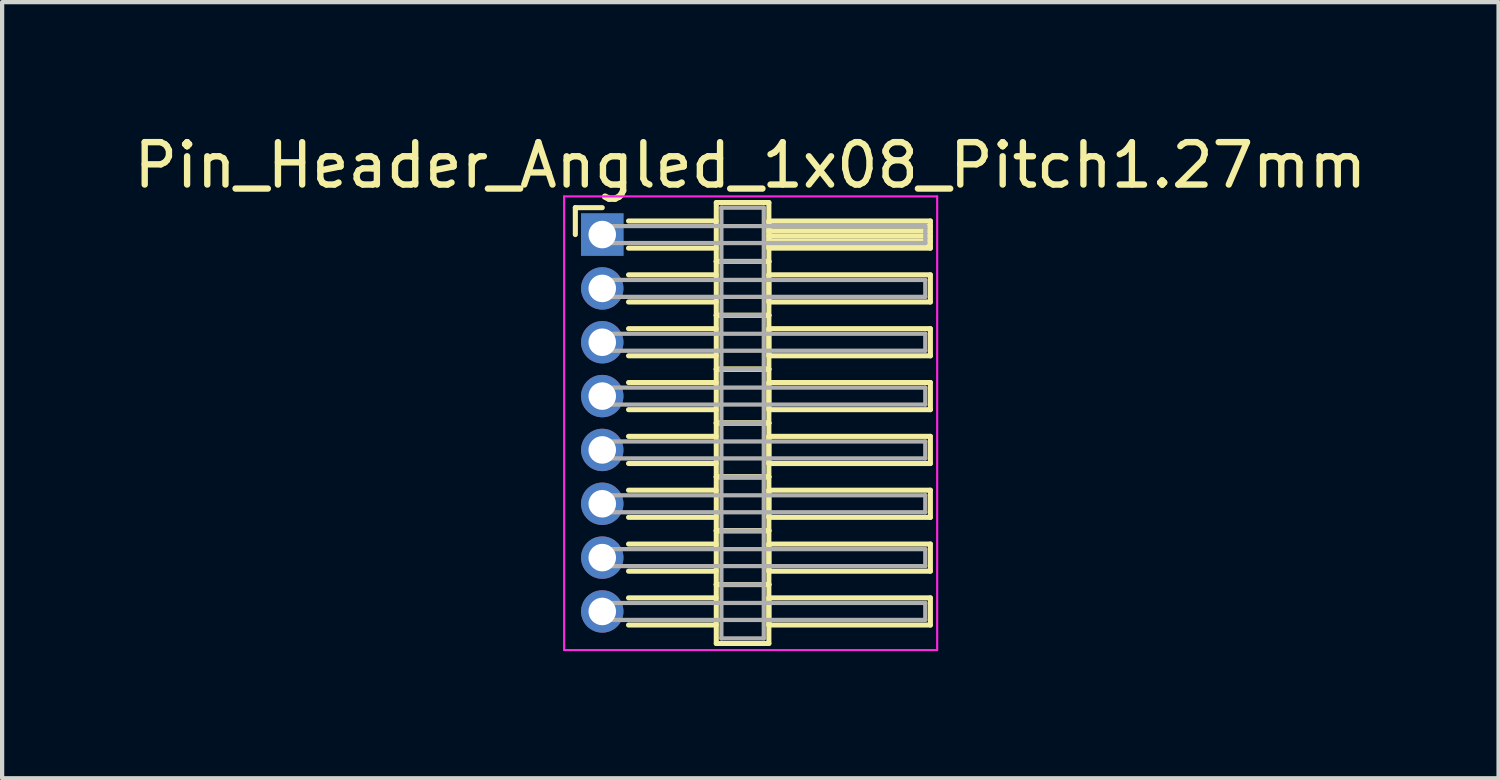
<source format=kicad_pcb>
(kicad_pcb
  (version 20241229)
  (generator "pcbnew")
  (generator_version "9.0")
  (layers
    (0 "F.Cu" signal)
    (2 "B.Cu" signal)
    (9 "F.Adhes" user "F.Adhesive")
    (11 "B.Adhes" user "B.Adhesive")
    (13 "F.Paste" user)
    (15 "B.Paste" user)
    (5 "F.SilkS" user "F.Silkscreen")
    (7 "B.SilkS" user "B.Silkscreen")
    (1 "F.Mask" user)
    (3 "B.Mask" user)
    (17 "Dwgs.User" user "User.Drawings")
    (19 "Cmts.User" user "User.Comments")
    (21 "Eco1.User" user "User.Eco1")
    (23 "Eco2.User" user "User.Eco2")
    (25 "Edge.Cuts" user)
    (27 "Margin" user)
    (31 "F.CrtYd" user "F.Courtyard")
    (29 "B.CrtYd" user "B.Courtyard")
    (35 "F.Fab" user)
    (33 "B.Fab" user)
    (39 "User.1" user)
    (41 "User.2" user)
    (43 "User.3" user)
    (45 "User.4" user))
  (footprint "Pin_Header_Angled_1x08_Pitch1.27mm"
    (layer "F.Cu")
    (at 11.156 2.483)
    (property "Reference" "Pin_Header_Angled_1x08_Pitch1.27mm" (at 3.493 -1.635 0) (layer "F.SilkS") (effects (font (size 1 1) (thickness 0.15))))
    (attr through_hole)
    (fp_line (start -0.635 -0.635) (end 0 -0.635) (stroke (width 0.12) (type solid)) (layer "F.SilkS"))
    (fp_line (start -0.635 0) (end -0.635 -0.635) (stroke (width 0.12) (type solid)) (layer "F.SilkS"))
    (fp_line (start 0.62 -0.32) (end 2.69 -0.32) (stroke (width 0.12) (type solid)) (layer "F.SilkS"))
    (fp_line (start 0.62 0.32) (end 2.69 0.32) (stroke (width 0.12) (type solid)) (layer "F.SilkS"))
    (fp_line (start 0.62 0.95) (end 2.69 0.95) (stroke (width 0.12) (type solid)) (layer "F.SilkS"))
    (fp_line (start 0.62 1.59) (end 2.69 1.59) (stroke (width 0.12) (type solid)) (layer "F.SilkS"))
    (fp_line (start 0.62 2.22) (end 2.69 2.22) (stroke (width 0.12) (type solid)) (layer "F.SilkS"))
    (fp_line (start 0.62 2.86) (end 2.69 2.86) (stroke (width 0.12) (type solid)) (layer "F.SilkS"))
    (fp_line (start 0.62 3.49) (end 2.69 3.49) (stroke (width 0.12) (type solid)) (layer "F.SilkS"))
    (fp_line (start 0.62 4.13) (end 2.69 4.13) (stroke (width 0.12) (type solid)) (layer "F.SilkS"))
    (fp_line (start 0.62 4.76) (end 2.69 4.76) (stroke (width 0.12) (type solid)) (layer "F.SilkS"))
    (fp_line (start 0.62 5.4) (end 2.69 5.4) (stroke (width 0.12) (type solid)) (layer "F.SilkS"))
    (fp_line (start 0.62 6.03) (end 2.69 6.03) (stroke (width 0.12) (type solid)) (layer "F.SilkS"))
    (fp_line (start 0.62 6.67) (end 2.69 6.67) (stroke (width 0.12) (type solid)) (layer "F.SilkS"))
    (fp_line (start 0.62 7.3) (end 2.69 7.3) (stroke (width 0.12) (type solid)) (layer "F.SilkS"))
    (fp_line (start 0.62 7.94) (end 2.69 7.94) (stroke (width 0.12) (type solid)) (layer "F.SilkS"))
    (fp_line (start 0.62 8.57) (end 2.69 8.57) (stroke (width 0.12) (type solid)) (layer "F.SilkS"))
    (fp_line (start 0.62 9.21) (end 2.69 9.21) (stroke (width 0.12) (type solid)) (layer "F.SilkS"))
    (fp_line (start 2.69 -0.755) (end 2.69 0.635) (stroke (width 0.12) (type solid)) (layer "F.SilkS"))
    (fp_line (start 2.69 0.635) (end 2.69 1.905) (stroke (width 0.12) (type solid)) (layer "F.SilkS"))
    (fp_line (start 2.69 0.635) (end 3.93 0.635) (stroke (width 0.12) (type solid)) (layer "F.SilkS"))
    (fp_line (start 2.69 1.905) (end 2.69 3.175) (stroke (width 0.12) (type solid)) (layer "F.SilkS"))
    (fp_line (start 2.69 1.905) (end 3.93 1.905) (stroke (width 0.12) (type solid)) (layer "F.SilkS"))
    (fp_line (start 2.69 3.175) (end 2.69 4.445) (stroke (width 0.12) (type solid)) (layer "F.SilkS"))
    (fp_line (start 2.69 3.175) (end 3.93 3.175) (stroke (width 0.12) (type solid)) (layer "F.SilkS"))
    (fp_line (start 2.69 4.445) (end 2.69 5.715) (stroke (width 0.12) (type solid)) (layer "F.SilkS"))
    (fp_line (start 2.69 4.445) (end 3.93 4.445) (stroke (width 0.12) (type solid)) (layer "F.SilkS"))
    (fp_line (start 2.69 5.715) (end 2.69 6.985) (stroke (width 0.12) (type solid)) (layer "F.SilkS"))
    (fp_line (start 2.69 5.715) (end 3.93 5.715) (stroke (width 0.12) (type solid)) (layer "F.SilkS"))
    (fp_line (start 2.69 6.985) (end 2.69 8.255) (stroke (width 0.12) (type solid)) (layer "F.SilkS"))
    (fp_line (start 2.69 6.985) (end 3.93 6.985) (stroke (width 0.12) (type solid)) (layer "F.SilkS"))
    (fp_line (start 2.69 8.255) (end 2.69 9.645) (stroke (width 0.12) (type solid)) (layer "F.SilkS"))
    (fp_line (start 2.69 8.255) (end 3.93 8.255) (stroke (width 0.12) (type solid)) (layer "F.SilkS"))
    (fp_line (start 2.69 9.645) (end 3.93 9.645) (stroke (width 0.12) (type solid)) (layer "F.SilkS"))
    (fp_line (start 3.93 -0.755) (end 2.69 -0.755) (stroke (width 0.12) (type solid)) (layer "F.SilkS"))
    (fp_line (start 3.93 -0.32) (end 3.93 0.32) (stroke (width 0.12) (type solid)) (layer "F.SilkS"))
    (fp_line (start 3.93 -0.2) (end 7.74 -0.2) (stroke (width 0.12) (type solid)) (layer "F.SilkS"))
    (fp_line (start 3.93 -0.08) (end 7.74 -0.08) (stroke (width 0.12) (type solid)) (layer "F.SilkS"))
    (fp_line (start 3.93 0.04) (end 7.74 0.04) (stroke (width 0.12) (type solid)) (layer "F.SilkS"))
    (fp_line (start 3.93 0.16) (end 7.74 0.16) (stroke (width 0.12) (type solid)) (layer "F.SilkS"))
    (fp_line (start 3.93 0.28) (end 7.74 0.28) (stroke (width 0.12) (type solid)) (layer "F.SilkS"))
    (fp_line (start 3.93 0.32) (end 7.74 0.32) (stroke (width 0.12) (type solid)) (layer "F.SilkS"))
    (fp_line (start 3.93 0.635) (end 2.69 0.635) (stroke (width 0.12) (type solid)) (layer "F.SilkS"))
    (fp_line (start 3.93 0.635) (end 3.93 -0.755) (stroke (width 0.12) (type solid)) (layer "F.SilkS"))
    (fp_line (start 3.93 0.95) (end 3.93 1.59) (stroke (width 0.12) (type solid)) (layer "F.SilkS"))
    (fp_line (start 3.93 1.59) (end 7.74 1.59) (stroke (width 0.12) (type solid)) (layer "F.SilkS"))
    (fp_line (start 3.93 1.905) (end 2.69 1.905) (stroke (width 0.12) (type solid)) (layer "F.SilkS"))
    (fp_line (start 3.93 1.905) (end 3.93 0.635) (stroke (width 0.12) (type solid)) (layer "F.SilkS"))
    (fp_line (start 3.93 2.22) (end 3.93 2.86) (stroke (width 0.12) (type solid)) (layer "F.SilkS"))
    (fp_line (start 3.93 2.86) (end 7.74 2.86) (stroke (width 0.12) (type solid)) (layer "F.SilkS"))
    (fp_line (start 3.93 3.175) (end 2.69 3.175) (stroke (width 0.12) (type solid)) (layer "F.SilkS"))
    (fp_line (start 3.93 3.175) (end 3.93 1.905) (stroke (width 0.12) (type solid)) (layer "F.SilkS"))
    (fp_line (start 3.93 3.49) (end 3.93 4.13) (stroke (width 0.12) (type solid)) (layer "F.SilkS"))
    (fp_line (start 3.93 4.13) (end 7.74 4.13) (stroke (width 0.12) (type solid)) (layer "F.SilkS"))
    (fp_line (start 3.93 4.445) (end 2.69 4.445) (stroke (width 0.12) (type solid)) (layer "F.SilkS"))
    (fp_line (start 3.93 4.445) (end 3.93 3.175) (stroke (width 0.12) (type solid)) (layer "F.SilkS"))
    (fp_line (start 3.93 4.76) (end 3.93 5.4) (stroke (width 0.12) (type solid)) (layer "F.SilkS"))
    (fp_line (start 3.93 5.4) (end 7.74 5.4) (stroke (width 0.12) (type solid)) (layer "F.SilkS"))
    (fp_line (start 3.93 5.715) (end 2.69 5.715) (stroke (width 0.12) (type solid)) (layer "F.SilkS"))
    (fp_line (start 3.93 5.715) (end 3.93 4.445) (stroke (width 0.12) (type solid)) (layer "F.SilkS"))
    (fp_line (start 3.93 6.03) (end 3.93 6.67) (stroke (width 0.12) (type solid)) (layer "F.SilkS"))
    (fp_line (start 3.93 6.67) (end 7.74 6.67) (stroke (width 0.12) (type solid)) (layer "F.SilkS"))
    (fp_line (start 3.93 6.985) (end 2.69 6.985) (stroke (width 0.12) (type solid)) (layer "F.SilkS"))
    (fp_line (start 3.93 6.985) (end 3.93 5.715) (stroke (width 0.12) (type solid)) (layer "F.SilkS"))
    (fp_line (start 3.93 7.3) (end 3.93 7.94) (stroke (width 0.12) (type solid)) (layer "F.SilkS"))
    (fp_line (start 3.93 7.94) (end 7.74 7.94) (stroke (width 0.12) (type solid)) (layer "F.SilkS"))
    (fp_line (start 3.93 8.255) (end 2.69 8.255) (stroke (width 0.12) (type solid)) (layer "F.SilkS"))
    (fp_line (start 3.93 8.255) (end 3.93 6.985) (stroke (width 0.12) (type solid)) (layer "F.SilkS"))
    (fp_line (start 3.93 8.57) (end 3.93 9.21) (stroke (width 0.12) (type solid)) (layer "F.SilkS"))
    (fp_line (start 3.93 9.21) (end 7.74 9.21) (stroke (width 0.12) (type solid)) (layer "F.SilkS"))
    (fp_line (start 3.93 9.645) (end 3.93 8.255) (stroke (width 0.12) (type solid)) (layer "F.SilkS"))
    (fp_line (start 7.74 -0.32) (end 3.93 -0.32) (stroke (width 0.12) (type solid)) (layer "F.SilkS"))
    (fp_line (start 7.74 0.32) (end 7.74 -0.32) (stroke (width 0.12) (type solid)) (layer "F.SilkS"))
    (fp_line (start 7.74 0.95) (end 3.93 0.95) (stroke (width 0.12) (type solid)) (layer "F.SilkS"))
    (fp_line (start 7.74 1.59) (end 7.74 0.95) (stroke (width 0.12) (type solid)) (layer "F.SilkS"))
    (fp_line (start 7.74 2.22) (end 3.93 2.22) (stroke (width 0.12) (type solid)) (layer "F.SilkS"))
    (fp_line (start 7.74 2.86) (end 7.74 2.22) (stroke (width 0.12) (type solid)) (layer "F.SilkS"))
    (fp_line (start 7.74 3.49) (end 3.93 3.49) (stroke (width 0.12) (type solid)) (layer "F.SilkS"))
    (fp_line (start 7.74 4.13) (end 7.74 3.49) (stroke (width 0.12) (type solid)) (layer "F.SilkS"))
    (fp_line (start 7.74 4.76) (end 3.93 4.76) (stroke (width 0.12) (type solid)) (layer "F.SilkS"))
    (fp_line (start 7.74 5.4) (end 7.74 4.76) (stroke (width 0.12) (type solid)) (layer "F.SilkS"))
    (fp_line (start 7.74 6.03) (end 3.93 6.03) (stroke (width 0.12) (type solid)) (layer "F.SilkS"))
    (fp_line (start 7.74 6.67) (end 7.74 6.03) (stroke (width 0.12) (type solid)) (layer "F.SilkS"))
    (fp_line (start 7.74 7.3) (end 3.93 7.3) (stroke (width 0.12) (type solid)) (layer "F.SilkS"))
    (fp_line (start 7.74 7.94) (end 7.74 7.3) (stroke (width 0.12) (type solid)) (layer "F.SilkS"))
    (fp_line (start 7.74 8.57) (end 3.93 8.57) (stroke (width 0.12) (type solid)) (layer "F.SilkS"))
    (fp_line (start 7.74 9.21) (end 7.74 8.57) (stroke (width 0.12) (type solid)) (layer "F.SilkS"))
    (fp_line (start -0.9 -0.9) (end -0.9 9.8) (stroke (width 0.05) (type solid)) (layer "F.CrtYd"))
    (fp_line (start -0.9 9.8) (end 7.9 9.8) (stroke (width 0.05) (type solid)) (layer "F.CrtYd"))
    (fp_line (start 7.9 -0.9) (end -0.9 -0.9) (stroke (width 0.05) (type solid)) (layer "F.CrtYd"))
    (fp_line (start 7.9 9.8) (end 7.9 -0.9) (stroke (width 0.05) (type solid)) (layer "F.CrtYd"))
    (fp_line (start 0 -0.2) (end 0 0.2) (stroke (width 0.1) (type solid)) (layer "F.Fab"))
    (fp_line (start 0 0.2) (end 7.62 0.2) (stroke (width 0.1) (type solid)) (layer "F.Fab"))
    (fp_line (start 0 1.07) (end 0 1.47) (stroke (width 0.1) (type solid)) (layer "F.Fab"))
    (fp_line (start 0 1.47) (end 7.62 1.47) (stroke (width 0.1) (type solid)) (layer "F.Fab"))
    (fp_line (start 0 2.34) (end 0 2.74) (stroke (width 0.1) (type solid)) (layer "F.Fab"))
    (fp_line (start 0 2.74) (end 7.62 2.74) (stroke (width 0.1) (type solid)) (layer "F.Fab"))
    (fp_line (start 0 3.61) (end 0 4.01) (stroke (width 0.1) (type solid)) (layer "F.Fab"))
    (fp_line (start 0 4.01) (end 7.62 4.01) (stroke (width 0.1) (type solid)) (layer "F.Fab"))
    (fp_line (start 0 4.88) (end 0 5.28) (stroke (width 0.1) (type solid)) (layer "F.Fab"))
    (fp_line (start 0 5.28) (end 7.62 5.28) (stroke (width 0.1) (type solid)) (layer "F.Fab"))
    (fp_line (start 0 6.15) (end 0 6.55) (stroke (width 0.1) (type solid)) (layer "F.Fab"))
    (fp_line (start 0 6.55) (end 7.62 6.55) (stroke (width 0.1) (type solid)) (layer "F.Fab"))
    (fp_line (start 0 7.42) (end 0 7.82) (stroke (width 0.1) (type solid)) (layer "F.Fab"))
    (fp_line (start 0 7.82) (end 7.62 7.82) (stroke (width 0.1) (type solid)) (layer "F.Fab"))
    (fp_line (start 0 8.69) (end 0 9.09) (stroke (width 0.1) (type solid)) (layer "F.Fab"))
    (fp_line (start 0 9.09) (end 7.62 9.09) (stroke (width 0.1) (type solid)) (layer "F.Fab"))
    (fp_line (start 2.81 -0.635) (end 2.81 0.635) (stroke (width 0.1) (type solid)) (layer "F.Fab"))
    (fp_line (start 2.81 0.635) (end 2.81 1.905) (stroke (width 0.1) (type solid)) (layer "F.Fab"))
    (fp_line (start 2.81 0.635) (end 3.81 0.635) (stroke (width 0.1) (type solid)) (layer "F.Fab"))
    (fp_line (start 2.81 1.905) (end 2.81 3.175) (stroke (width 0.1) (type solid)) (layer "F.Fab"))
    (fp_line (start 2.81 1.905) (end 3.81 1.905) (stroke (width 0.1) (type solid)) (layer "F.Fab"))
    (fp_line (start 2.81 3.175) (end 2.81 4.445) (stroke (width 0.1) (type solid)) (layer "F.Fab"))
    (fp_line (start 2.81 3.175) (end 3.81 3.175) (stroke (width 0.1) (type solid)) (layer "F.Fab"))
    (fp_line (start 2.81 4.445) (end 2.81 5.715) (stroke (width 0.1) (type solid)) (layer "F.Fab"))
    (fp_line (start 2.81 4.445) (end 3.81 4.445) (stroke (width 0.1) (type solid)) (layer "F.Fab"))
    (fp_line (start 2.81 5.715) (end 2.81 6.985) (stroke (width 0.1) (type solid)) (layer "F.Fab"))
    (fp_line (start 2.81 5.715) (end 3.81 5.715) (stroke (width 0.1) (type solid)) (layer "F.Fab"))
    (fp_line (start 2.81 6.985) (end 2.81 8.255) (stroke (width 0.1) (type solid)) (layer "F.Fab"))
    (fp_line (start 2.81 6.985) (end 3.81 6.985) (stroke (width 0.1) (type solid)) (layer "F.Fab"))
    (fp_line (start 2.81 8.255) (end 2.81 9.525) (stroke (width 0.1) (type solid)) (layer "F.Fab"))
    (fp_line (start 2.81 8.255) (end 3.81 8.255) (stroke (width 0.1) (type solid)) (layer "F.Fab"))
    (fp_line (start 2.81 9.525) (end 3.81 9.525) (stroke (width 0.1) (type solid)) (layer "F.Fab"))
    (fp_line (start 3.81 -0.635) (end 2.81 -0.635) (stroke (width 0.1) (type solid)) (layer "F.Fab"))
    (fp_line (start 3.81 0.635) (end 2.81 0.635) (stroke (width 0.1) (type solid)) (layer "F.Fab"))
    (fp_line (start 3.81 0.635) (end 3.81 -0.635) (stroke (width 0.1) (type solid)) (layer "F.Fab"))
    (fp_line (start 3.81 1.905) (end 2.81 1.905) (stroke (width 0.1) (type solid)) (layer "F.Fab"))
    (fp_line (start 3.81 1.905) (end 3.81 0.635) (stroke (width 0.1) (type solid)) (layer "F.Fab"))
    (fp_line (start 3.81 3.175) (end 2.81 3.175) (stroke (width 0.1) (type solid)) (layer "F.Fab"))
    (fp_line (start 3.81 3.175) (end 3.81 1.905) (stroke (width 0.1) (type solid)) (layer "F.Fab"))
    (fp_line (start 3.81 4.445) (end 2.81 4.445) (stroke (width 0.1) (type solid)) (layer "F.Fab"))
    (fp_line (start 3.81 4.445) (end 3.81 3.175) (stroke (width 0.1) (type solid)) (layer "F.Fab"))
    (fp_line (start 3.81 5.715) (end 2.81 5.715) (stroke (width 0.1) (type solid)) (layer "F.Fab"))
    (fp_line (start 3.81 5.715) (end 3.81 4.445) (stroke (width 0.1) (type solid)) (layer "F.Fab"))
    (fp_line (start 3.81 6.985) (end 2.81 6.985) (stroke (width 0.1) (type solid)) (layer "F.Fab"))
    (fp_line (start 3.81 6.985) (end 3.81 5.715) (stroke (width 0.1) (type solid)) (layer "F.Fab"))
    (fp_line (start 3.81 8.255) (end 2.81 8.255) (stroke (width 0.1) (type solid)) (layer "F.Fab"))
    (fp_line (start 3.81 8.255) (end 3.81 6.985) (stroke (width 0.1) (type solid)) (layer "F.Fab"))
    (fp_line (start 3.81 9.525) (end 3.81 8.255) (stroke (width 0.1) (type solid)) (layer "F.Fab"))
    (fp_line (start 7.62 -0.2) (end 0 -0.2) (stroke (width 0.1) (type solid)) (layer "F.Fab"))
    (fp_line (start 7.62 0.2) (end 7.62 -0.2) (stroke (width 0.1) (type solid)) (layer "F.Fab"))
    (fp_line (start 7.62 1.07) (end 0 1.07) (stroke (width 0.1) (type solid)) (layer "F.Fab"))
    (fp_line (start 7.62 1.47) (end 7.62 1.07) (stroke (width 0.1) (type solid)) (layer "F.Fab"))
    (fp_line (start 7.62 2.34) (end 0 2.34) (stroke (width 0.1) (type solid)) (layer "F.Fab"))
    (fp_line (start 7.62 2.74) (end 7.62 2.34) (stroke (width 0.1) (type solid)) (layer "F.Fab"))
    (fp_line (start 7.62 3.61) (end 0 3.61) (stroke (width 0.1) (type solid)) (layer "F.Fab"))
    (fp_line (start 7.62 4.01) (end 7.62 3.61) (stroke (width 0.1) (type solid)) (layer "F.Fab"))
    (fp_line (start 7.62 4.88) (end 0 4.88) (stroke (width 0.1) (type solid)) (layer "F.Fab"))
    (fp_line (start 7.62 5.28) (end 7.62 4.88) (stroke (width 0.1) (type solid)) (layer "F.Fab"))
    (fp_line (start 7.62 6.15) (end 0 6.15) (stroke (width 0.1) (type solid)) (layer "F.Fab"))
    (fp_line (start 7.62 6.55) (end 7.62 6.15) (stroke (width 0.1) (type solid)) (layer "F.Fab"))
    (fp_line (start 7.62 7.42) (end 0 7.42) (stroke (width 0.1) (type solid)) (layer "F.Fab"))
    (fp_line (start 7.62 7.82) (end 7.62 7.42) (stroke (width 0.1) (type solid)) (layer "F.Fab"))
    (fp_line (start 7.62 8.69) (end 0 8.69) (stroke (width 0.1) (type solid)) (layer "F.Fab"))
    (fp_line (start 7.62 9.09) (end 7.62 8.69) (stroke (width 0.1) (type solid)) (layer "F.Fab"))
    (pad "1" thru_hole rect (at 0 0) (size 1 1) (drill 0.65) (layers "*.Cu" "*.Mask"))
    (pad "2" thru_hole oval (at 0 1.27) (size 1 1) (drill 0.65) (layers "*.Cu" "*.Mask"))
    (pad "3" thru_hole oval (at 0 2.54) (size 1 1) (drill 0.65) (layers "*.Cu" "*.Mask"))
    (pad "4" thru_hole oval (at 0 3.81) (size 1 1) (drill 0.65) (layers "*.Cu" "*.Mask"))
    (pad "5" thru_hole oval (at 0 5.08) (size 1 1) (drill 0.65) (layers "*.Cu" "*.Mask"))
    (pad "6" thru_hole oval (at 0 6.35) (size 1 1) (drill 0.65) (layers "*.Cu" "*.Mask"))
    (pad "7" thru_hole oval (at 0 7.62) (size 1 1) (drill 0.65) (layers "*.Cu" "*.Mask"))
    (pad "8" thru_hole oval (at 0 8.89) (size 1 1) (drill 0.65) (layers "*.Cu" "*.Mask")))
  (gr_rect
    (start -3 -3)
    (end 32.298 15.308)
    (stroke (width 0.1) (type default))
    (fill no)
    (layer "Edge.Cuts")))
</source>
